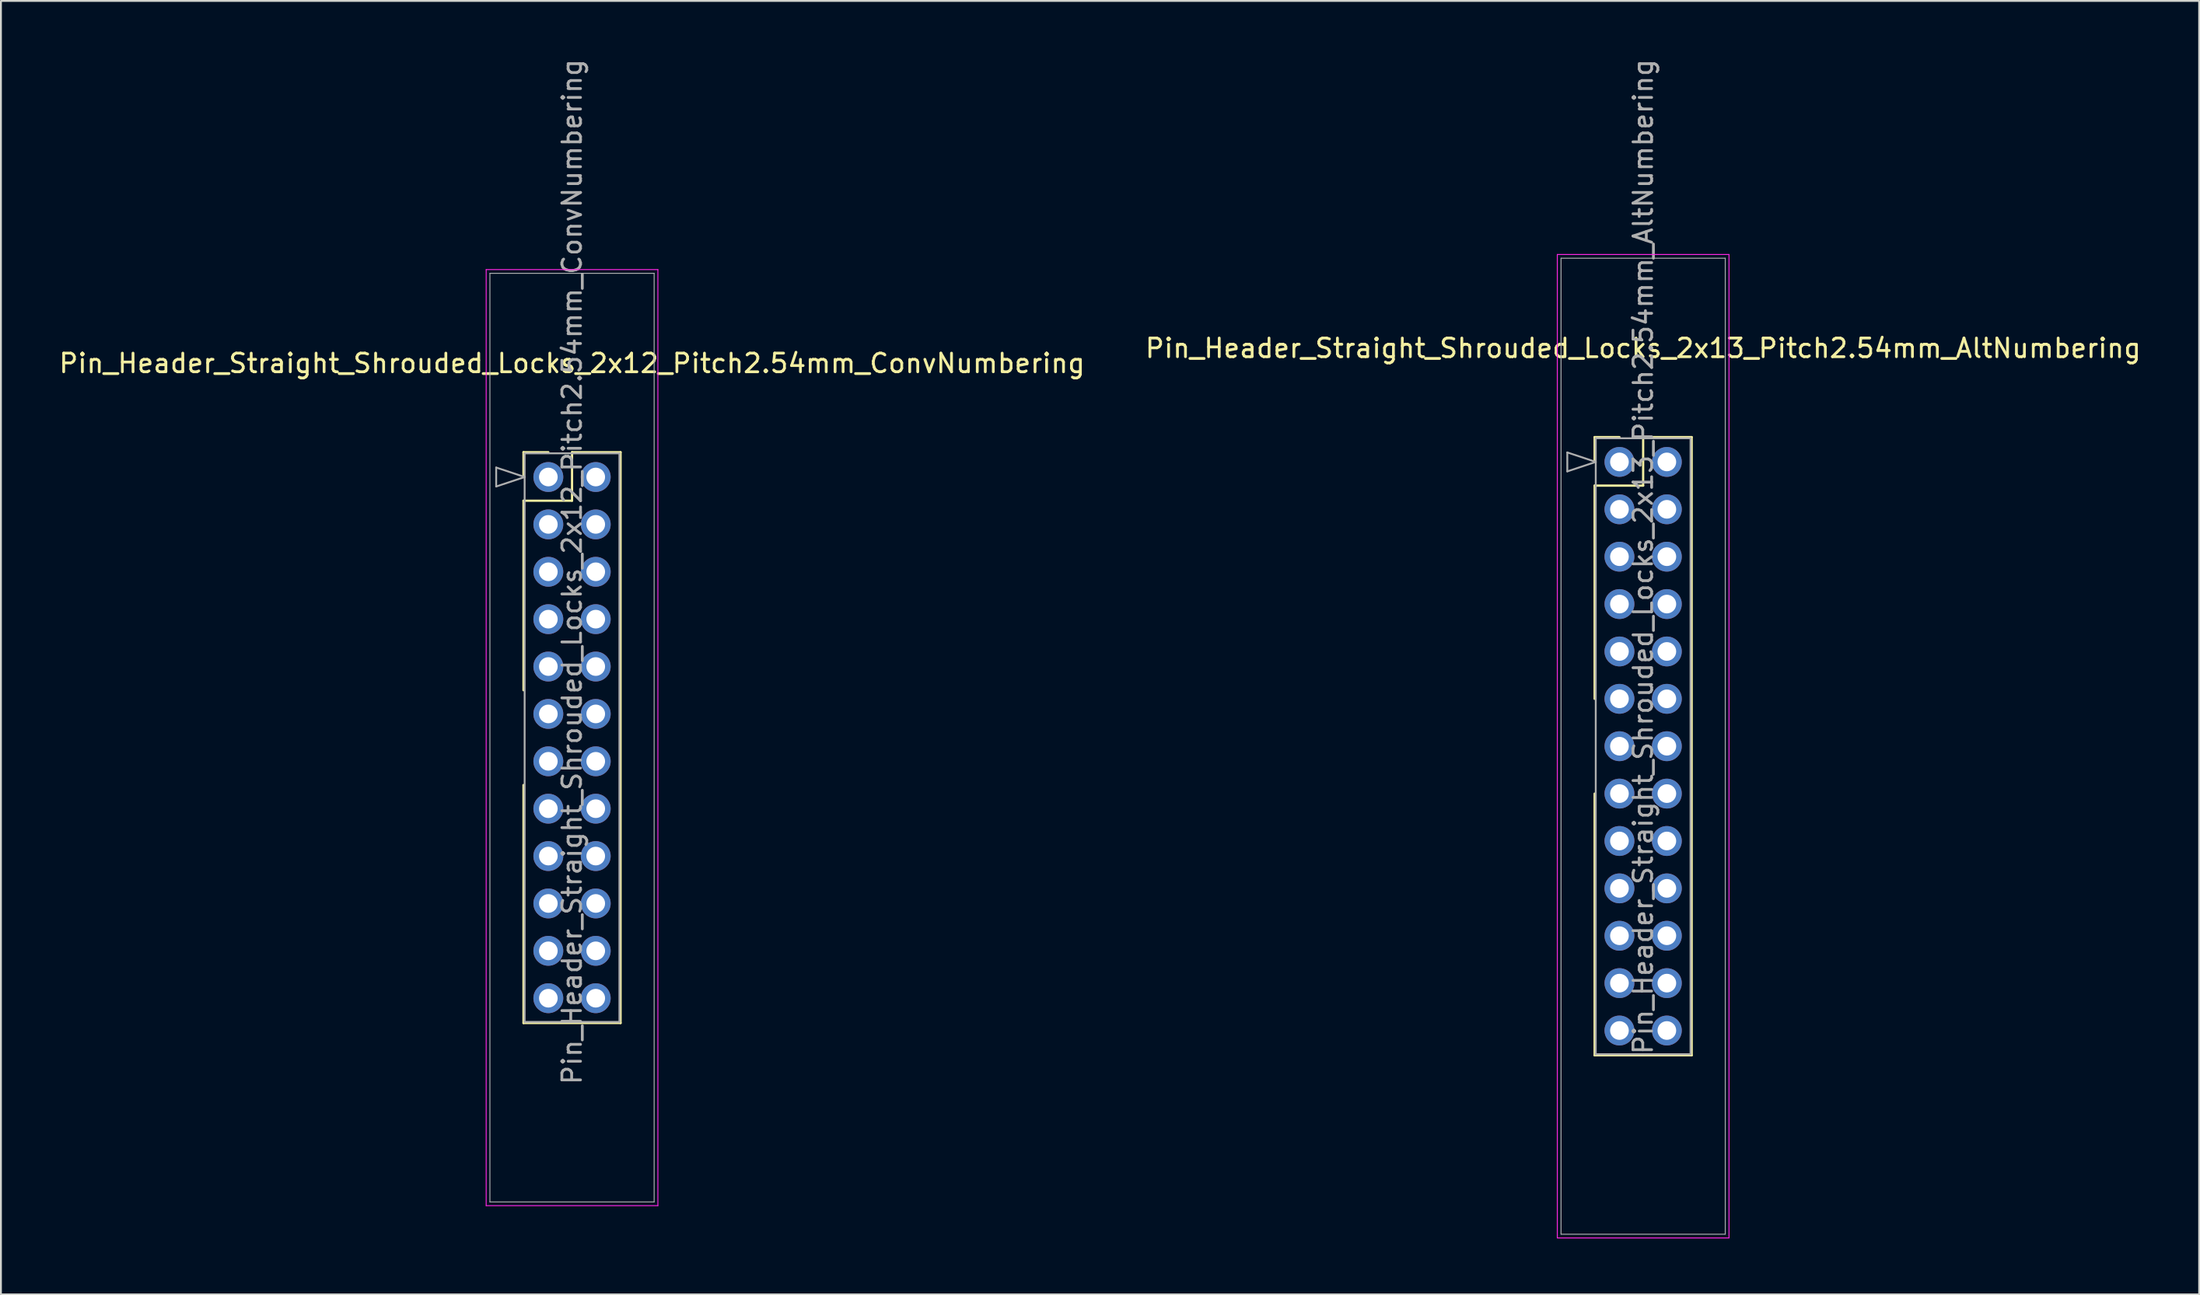
<source format=kicad_pcb>
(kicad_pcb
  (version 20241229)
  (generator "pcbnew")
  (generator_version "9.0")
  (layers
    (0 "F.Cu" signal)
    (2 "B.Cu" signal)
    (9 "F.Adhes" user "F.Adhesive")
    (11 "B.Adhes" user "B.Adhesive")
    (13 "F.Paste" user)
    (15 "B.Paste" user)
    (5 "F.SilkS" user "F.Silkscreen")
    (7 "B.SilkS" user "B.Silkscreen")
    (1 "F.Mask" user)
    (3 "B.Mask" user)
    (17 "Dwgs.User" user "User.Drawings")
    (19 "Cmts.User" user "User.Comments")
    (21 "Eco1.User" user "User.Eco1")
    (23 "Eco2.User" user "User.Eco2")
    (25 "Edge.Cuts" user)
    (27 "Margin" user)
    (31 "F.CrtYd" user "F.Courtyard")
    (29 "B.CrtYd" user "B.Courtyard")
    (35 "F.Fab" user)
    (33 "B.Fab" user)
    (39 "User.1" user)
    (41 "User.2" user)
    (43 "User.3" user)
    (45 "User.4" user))
  (footprint "Pin_Header_Straight_Shrouded_Locks_2x13_Pitch2.54mm_AltNumbering"
    (layer "F.Cu")
    (at 83.724 21.712)
    (property "Reference" "Pin_Header_Straight_Shrouded_Locks_2x13_Pitch2.54mm_AltNumbering" (at 1.27 -6.096 0) (layer "F.SilkS") (effects (font (size 1 1) (thickness 0.15))))
    (attr through_hole)
    (fp_line (start -1.33 -1.33) (end 0 -1.33) (stroke (width 0.12) (type solid)) (layer "F.SilkS"))
    (fp_line (start -1.33 0) (end -1.33 -1.33) (stroke (width 0.12) (type solid)) (layer "F.SilkS"))
    (fp_line (start -1.33 1.27) (end -1.33 12.7) (stroke (width 0.12) (type solid)) (layer "F.SilkS"))
    (fp_line (start -1.33 1.27) (end 1.27 1.27) (stroke (width 0.12) (type solid)) (layer "F.SilkS"))
    (fp_line (start -1.33 17.78) (end -1.33 31.81) (stroke (width 0.12) (type solid)) (layer "F.SilkS"))
    (fp_line (start -1.33 31.81) (end 3.87 31.81) (stroke (width 0.12) (type solid)) (layer "F.SilkS"))
    (fp_line (start 1.27 -1.33) (end 3.87 -1.33) (stroke (width 0.12) (type solid)) (layer "F.SilkS"))
    (fp_line (start 1.27 1.27) (end 1.27 -1.33) (stroke (width 0.12) (type solid)) (layer "F.SilkS"))
    (fp_line (start 3.87 -1.33) (end 3.87 31.81) (stroke (width 0.12) (type solid)) (layer "F.SilkS"))
    (fp_line (start -3.33 -11.12) (end -3.33 41.6) (stroke (width 0.05) (type solid)) (layer "F.CrtYd"))
    (fp_line (start -3.33 41.6) (end 5.87 41.6) (stroke (width 0.05) (type solid)) (layer "F.CrtYd"))
    (fp_line (start 5.87 -11.12) (end -3.33 -11.12) (stroke (width 0.05) (type solid)) (layer "F.CrtYd"))
    (fp_line (start 5.87 41.6) (end 5.87 -11.12) (stroke (width 0.05) (type solid)) (layer "F.CrtYd"))
    (fp_line (start -3.13 -10.92) (end -3.13 41.4) (stroke (width 0.05) (type solid)) (layer "F.Fab"))
    (fp_line (start -3.13 41.4) (end 5.67 41.4) (stroke (width 0.05) (type solid)) (layer "F.Fab"))
    (fp_line (start -2.794 -0.508) (end -1.27 0) (stroke (width 0.1) (type solid)) (layer "F.Fab"))
    (fp_line (start -2.794 0.508) (end -2.794 -0.508) (stroke (width 0.1) (type solid)) (layer "F.Fab"))
    (fp_line (start -1.27 -1.27) (end -1.27 31.75) (stroke (width 0.1) (type solid)) (layer "F.Fab"))
    (fp_line (start -1.27 0) (end -2.794 0.508) (stroke (width 0.1) (type solid)) (layer "F.Fab"))
    (fp_line (start -1.27 31.75) (end 3.81 31.75) (stroke (width 0.1) (type solid)) (layer "F.Fab"))
    (fp_line (start 3.81 -1.27) (end -1.27 -1.27) (stroke (width 0.1) (type solid)) (layer "F.Fab"))
    (fp_line (start 3.81 31.75) (end 3.81 -1.27) (stroke (width 0.1) (type solid)) (layer "F.Fab"))
    (fp_line (start 5.67 -10.92) (end -3.13 -10.92) (stroke (width 0.05) (type solid)) (layer "F.Fab"))
    (fp_line (start 5.67 41.4) (end 5.67 -10.92) (stroke (width 0.05) (type solid)) (layer "F.Fab"))
    (fp_text user "${REFERENCE}" (at 1.27 5.08 90) (layer "F.Fab") (effects (font (size 1 1) (thickness 0.15))))
    (pad "1" thru_hole oval (at 0 0) (size 1.6 1.6) (drill 1) (layers "*.Cu" "*.Mask"))
    (pad "2" thru_hole oval (at 0 2.54) (size 1.6 1.6) (drill 1) (layers "*.Cu" "*.Mask"))
    (pad "3" thru_hole oval (at 0 5.08) (size 1.6 1.6) (drill 1) (layers "*.Cu" "*.Mask"))
    (pad "4" thru_hole oval (at 0 7.62) (size 1.6 1.6) (drill 1) (layers "*.Cu" "*.Mask"))
    (pad "5" thru_hole oval (at 0 10.16) (size 1.6 1.6) (drill 1) (layers "*.Cu" "*.Mask"))
    (pad "6" thru_hole oval (at 0 12.7) (size 1.6 1.6) (drill 1) (layers "*.Cu" "*.Mask"))
    (pad "7" thru_hole oval (at 0 15.24) (size 1.6 1.6) (drill 1) (layers "*.Cu" "*.Mask"))
    (pad "8" thru_hole oval (at 0 17.78) (size 1.6 1.6) (drill 1) (layers "*.Cu" "*.Mask"))
    (pad "9" thru_hole oval (at 0 20.32) (size 1.6 1.6) (drill 1) (layers "*.Cu" "*.Mask"))
    (pad "10" thru_hole oval (at 0 22.86) (size 1.6 1.6) (drill 1) (layers "*.Cu" "*.Mask"))
    (pad "11" thru_hole oval (at 0 25.4) (size 1.6 1.6) (drill 1) (layers "*.Cu" "*.Mask"))
    (pad "12" thru_hole oval (at 0 27.94) (size 1.6 1.6) (drill 1) (layers "*.Cu" "*.Mask"))
    (pad "13" thru_hole oval (at 0 30.48) (size 1.6 1.6) (drill 1) (layers "*.Cu" "*.Mask"))
    (pad "14" thru_hole oval (at 2.54 0) (size 1.6 1.6) (drill 1) (layers "*.Cu" "*.Mask"))
    (pad "15" thru_hole oval (at 2.54 2.54) (size 1.6 1.6) (drill 1) (layers "*.Cu" "*.Mask"))
    (pad "16" thru_hole oval (at 2.54 5.08) (size 1.6 1.6) (drill 1) (layers "*.Cu" "*.Mask"))
    (pad "17" thru_hole oval (at 2.54 7.62) (size 1.6 1.6) (drill 1) (layers "*.Cu" "*.Mask"))
    (pad "18" thru_hole oval (at 2.54 10.16) (size 1.6 1.6) (drill 1) (layers "*.Cu" "*.Mask"))
    (pad "19" thru_hole oval (at 2.54 12.7) (size 1.6 1.6) (drill 1) (layers "*.Cu" "*.Mask"))
    (pad "20" thru_hole oval (at 2.54 15.24) (size 1.6 1.6) (drill 1) (layers "*.Cu" "*.Mask"))
    (pad "21" thru_hole oval (at 2.54 17.78) (size 1.6 1.6) (drill 1) (layers "*.Cu" "*.Mask"))
    (pad "22" thru_hole oval (at 2.54 20.32) (size 1.6 1.6) (drill 1) (layers "*.Cu" "*.Mask"))
    (pad "23" thru_hole oval (at 2.54 22.86) (size 1.6 1.6) (drill 1) (layers "*.Cu" "*.Mask"))
    (pad "24" thru_hole oval (at 2.54 25.4) (size 1.6 1.6) (drill 1) (layers "*.Cu" "*.Mask"))
    (pad "25" thru_hole oval (at 2.54 27.94) (size 1.6 1.6) (drill 1) (layers "*.Cu" "*.Mask"))
    (pad "26" thru_hole oval (at 2.54 30.48) (size 1.6 1.6) (drill 1) (layers "*.Cu" "*.Mask")))
  (footprint "Pin_Header_Straight_Shrouded_Locks_2x12_Pitch2.54mm_ConvNumbering"
    (layer "F.Cu")
    (at 26.331 22.521)
    (property "Reference" "Pin_Header_Straight_Shrouded_Locks_2x12_Pitch2.54mm_ConvNumbering" (at 1.27 -6.096 0) (layer "F.SilkS") (effects (font (size 1 1) (thickness 0.15))))
    (attr through_hole)
    (fp_line (start -1.33 -1.33) (end 0 -1.33) (stroke (width 0.12) (type solid)) (layer "F.SilkS"))
    (fp_line (start -1.33 0) (end -1.33 -1.33) (stroke (width 0.12) (type solid)) (layer "F.SilkS"))
    (fp_line (start -1.33 1.27) (end -1.33 11.43) (stroke (width 0.12) (type solid)) (layer "F.SilkS"))
    (fp_line (start -1.33 1.27) (end 1.27 1.27) (stroke (width 0.12) (type solid)) (layer "F.SilkS"))
    (fp_line (start -1.33 16.51) (end -1.33 29.27) (stroke (width 0.12) (type solid)) (layer "F.SilkS"))
    (fp_line (start -1.33 29.27) (end 3.87 29.27) (stroke (width 0.12) (type solid)) (layer "F.SilkS"))
    (fp_line (start 1.27 -1.33) (end 3.87 -1.33) (stroke (width 0.12) (type solid)) (layer "F.SilkS"))
    (fp_line (start 1.27 1.27) (end 1.27 -1.33) (stroke (width 0.12) (type solid)) (layer "F.SilkS"))
    (fp_line (start 3.87 -1.33) (end 3.87 29.27) (stroke (width 0.12) (type solid)) (layer "F.SilkS"))
    (fp_line (start -3.33 -11.12) (end -3.33 39.06) (stroke (width 0.05) (type solid)) (layer "F.CrtYd"))
    (fp_line (start -3.33 39.06) (end 5.87 39.06) (stroke (width 0.05) (type solid)) (layer "F.CrtYd"))
    (fp_line (start 5.87 -11.12) (end -3.33 -11.12) (stroke (width 0.05) (type solid)) (layer "F.CrtYd"))
    (fp_line (start 5.87 39.06) (end 5.87 -11.12) (stroke (width 0.05) (type solid)) (layer "F.CrtYd"))
    (fp_line (start -3.13 -10.92) (end -3.13 38.86) (stroke (width 0.05) (type solid)) (layer "F.Fab"))
    (fp_line (start -3.13 38.86) (end 5.67 38.86) (stroke (width 0.05) (type solid)) (layer "F.Fab"))
    (fp_line (start -2.794 -0.508) (end -1.27 0) (stroke (width 0.1) (type solid)) (layer "F.Fab"))
    (fp_line (start -2.794 0.508) (end -2.794 -0.508) (stroke (width 0.1) (type solid)) (layer "F.Fab"))
    (fp_line (start -1.27 -1.27) (end -1.27 29.21) (stroke (width 0.1) (type solid)) (layer "F.Fab"))
    (fp_line (start -1.27 0) (end -2.794 0.508) (stroke (width 0.1) (type solid)) (layer "F.Fab"))
    (fp_line (start -1.27 29.21) (end 3.81 29.21) (stroke (width 0.1) (type solid)) (layer "F.Fab"))
    (fp_line (start 3.81 -1.27) (end -1.27 -1.27) (stroke (width 0.1) (type solid)) (layer "F.Fab"))
    (fp_line (start 3.81 29.21) (end 3.81 -1.27) (stroke (width 0.1) (type solid)) (layer "F.Fab"))
    (fp_line (start 5.67 -10.92) (end -3.13 -10.92) (stroke (width 0.05) (type solid)) (layer "F.Fab"))
    (fp_line (start 5.67 38.86) (end 5.67 -10.92) (stroke (width 0.05) (type solid)) (layer "F.Fab"))
    (fp_text user "${REFERENCE}" (at 1.27 5.08 90) (layer "F.Fab") (effects (font (size 1 1) (thickness 0.15))))
    (pad "1" thru_hole oval (at 0 0) (size 1.6 1.6) (drill 1) (layers "*.Cu" "*.Mask"))
    (pad "2" thru_hole oval (at 2.54 0) (size 1.6 1.6) (drill 1) (layers "*.Cu" "*.Mask"))
    (pad "3" thru_hole oval (at 0 2.54) (size 1.6 1.6) (drill 1) (layers "*.Cu" "*.Mask"))
    (pad "4" thru_hole oval (at 2.54 2.54) (size 1.6 1.6) (drill 1) (layers "*.Cu" "*.Mask"))
    (pad "5" thru_hole oval (at 0 5.08) (size 1.6 1.6) (drill 1) (layers "*.Cu" "*.Mask"))
    (pad "6" thru_hole oval (at 2.54 5.08) (size 1.6 1.6) (drill 1) (layers "*.Cu" "*.Mask"))
    (pad "7" thru_hole oval (at 0 7.62) (size 1.6 1.6) (drill 1) (layers "*.Cu" "*.Mask"))
    (pad "8" thru_hole oval (at 2.54 7.62) (size 1.6 1.6) (drill 1) (layers "*.Cu" "*.Mask"))
    (pad "9" thru_hole oval (at 0 10.16) (size 1.6 1.6) (drill 1) (layers "*.Cu" "*.Mask"))
    (pad "10" thru_hole oval (at 2.54 10.16) (size 1.6 1.6) (drill 1) (layers "*.Cu" "*.Mask"))
    (pad "11" thru_hole oval (at 0 12.7) (size 1.6 1.6) (drill 1) (layers "*.Cu" "*.Mask"))
    (pad "12" thru_hole oval (at 2.54 12.7) (size 1.6 1.6) (drill 1) (layers "*.Cu" "*.Mask"))
    (pad "13" thru_hole oval (at 0 15.24) (size 1.6 1.6) (drill 1) (layers "*.Cu" "*.Mask"))
    (pad "14" thru_hole oval (at 2.54 15.24) (size 1.6 1.6) (drill 1) (layers "*.Cu" "*.Mask"))
    (pad "15" thru_hole oval (at 0 17.78) (size 1.6 1.6) (drill 1) (layers "*.Cu" "*.Mask"))
    (pad "16" thru_hole oval (at 2.54 17.78) (size 1.6 1.6) (drill 1) (layers "*.Cu" "*.Mask"))
    (pad "17" thru_hole oval (at 0 20.32) (size 1.6 1.6) (drill 1) (layers "*.Cu" "*.Mask"))
    (pad "18" thru_hole oval (at 2.54 20.32) (size 1.6 1.6) (drill 1) (layers "*.Cu" "*.Mask"))
    (pad "19" thru_hole oval (at 0 22.86) (size 1.6 1.6) (drill 1) (layers "*.Cu" "*.Mask"))
    (pad "20" thru_hole oval (at 2.54 22.86) (size 1.6 1.6) (drill 1) (layers "*.Cu" "*.Mask"))
    (pad "21" thru_hole oval (at 0 25.4) (size 1.6 1.6) (drill 1) (layers "*.Cu" "*.Mask"))
    (pad "22" thru_hole oval (at 2.54 25.4) (size 1.6 1.6) (drill 1) (layers "*.Cu" "*.Mask"))
    (pad "23" thru_hole oval (at 0 27.94) (size 1.6 1.6) (drill 1) (layers "*.Cu" "*.Mask"))
    (pad "24" thru_hole oval (at 2.54 27.94) (size 1.6 1.6) (drill 1) (layers "*.Cu" "*.Mask")))
  (gr_rect
    (start -3 -3)
    (end 114.786 66.337)
    (stroke (width 0.1) (type default))
    (fill no)
    (layer "Edge.Cuts")))
</source>
